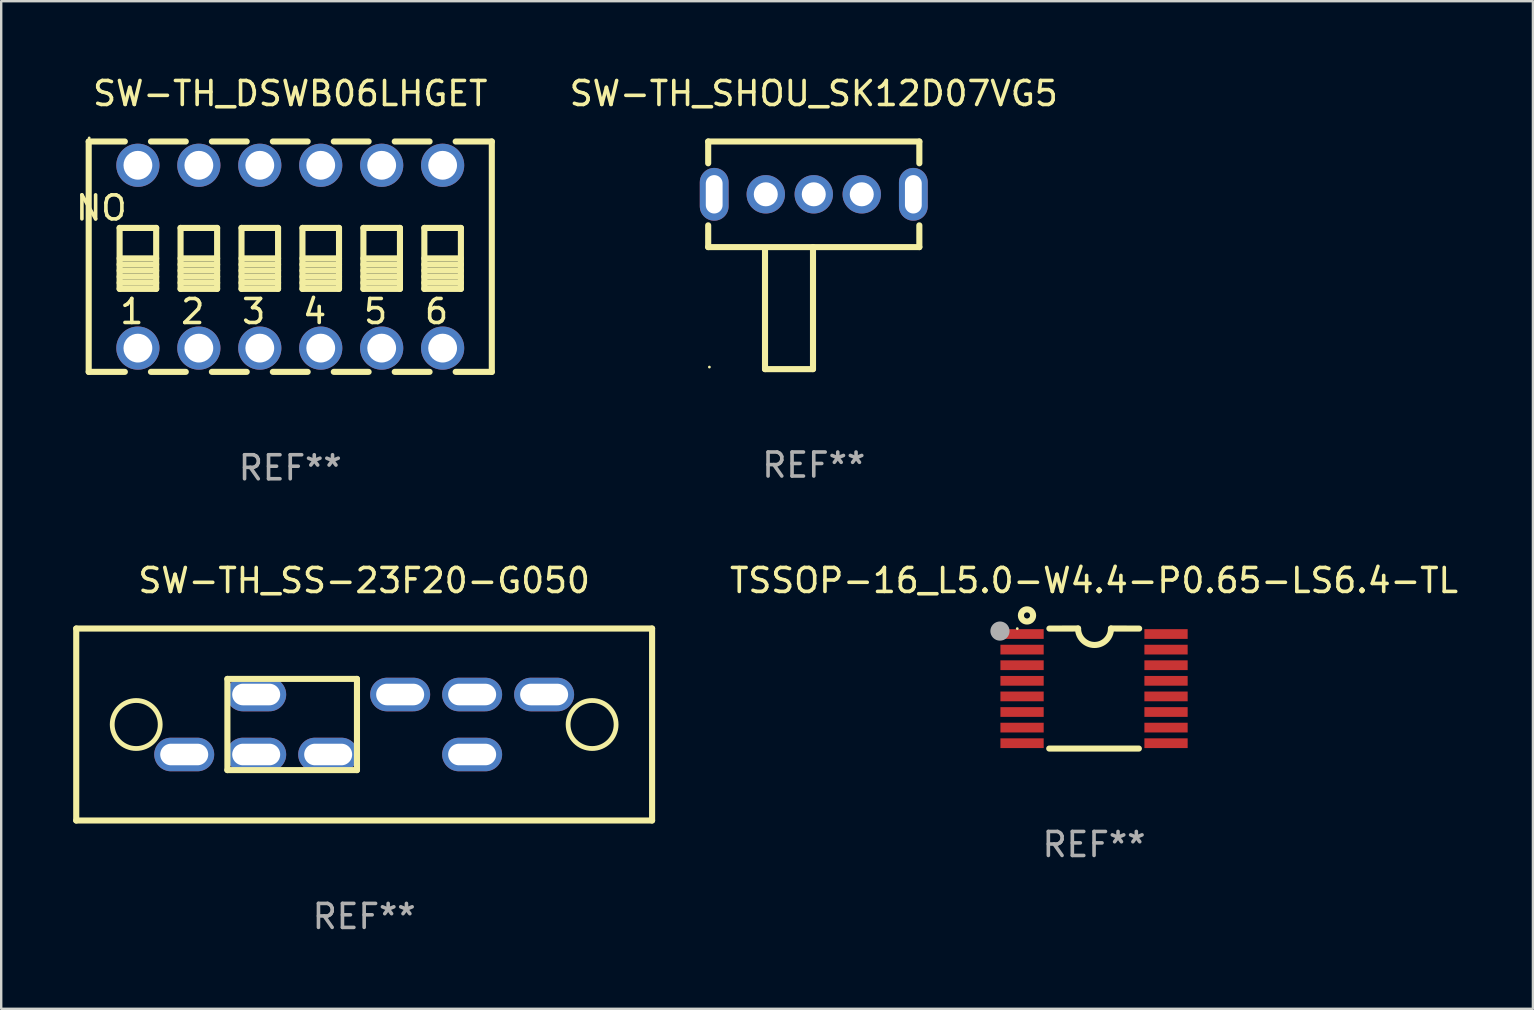
<source format=kicad_pcb>
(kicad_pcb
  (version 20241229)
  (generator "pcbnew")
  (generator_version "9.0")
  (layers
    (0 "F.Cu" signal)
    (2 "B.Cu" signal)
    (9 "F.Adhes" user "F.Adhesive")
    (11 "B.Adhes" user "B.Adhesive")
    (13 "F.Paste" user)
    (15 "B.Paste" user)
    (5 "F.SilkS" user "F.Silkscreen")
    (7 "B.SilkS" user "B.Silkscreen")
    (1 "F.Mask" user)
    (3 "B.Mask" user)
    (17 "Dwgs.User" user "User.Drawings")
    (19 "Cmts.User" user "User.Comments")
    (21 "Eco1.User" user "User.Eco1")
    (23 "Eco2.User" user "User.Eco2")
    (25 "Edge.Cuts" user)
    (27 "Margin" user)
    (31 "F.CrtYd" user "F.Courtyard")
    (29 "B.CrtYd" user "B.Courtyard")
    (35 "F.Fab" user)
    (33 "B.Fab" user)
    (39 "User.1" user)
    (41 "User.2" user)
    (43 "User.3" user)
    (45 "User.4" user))
  (footprint "SW-TH_DSWB06LHGET"
    (layer "F.Cu")
    (at 9.047 7.648)
    (property "Reference" "SW-TH_DSWB06LHGET" (at 0 -6.8 0) (layer "F.SilkS") (effects (font (size 1 1) (thickness 0.15))))
    (attr through_hole)
    (fp_line (start -8.4 -4.8) (end -6.894 -4.8) (stroke (width 0.254) (type solid)) (layer "F.SilkS"))
    (fp_line (start -8.4 4.8) (end -8.4 -4.8) (stroke (width 0.254) (type solid)) (layer "F.SilkS"))
    (fp_line (start -8.4 4.8) (end -6.894 4.8) (stroke (width 0.254) (type solid)) (layer "F.SilkS"))
    (fp_line (start -7.112 -1.199) (end -5.588 -1.199) (stroke (width 0.254) (type solid)) (layer "F.SilkS"))
    (fp_line (start -7.112 0.071) (end -5.588 0.071) (stroke (width 0.254) (type solid)) (layer "F.SilkS"))
    (fp_line (start -7.112 0.325) (end -5.588 0.325) (stroke (width 0.254) (type solid)) (layer "F.SilkS"))
    (fp_line (start -7.112 0.579) (end -5.588 0.579) (stroke (width 0.254) (type solid)) (layer "F.SilkS"))
    (fp_line (start -7.112 0.833) (end -5.588 0.833) (stroke (width 0.254) (type solid)) (layer "F.SilkS"))
    (fp_line (start -7.112 1.087) (end -5.588 1.087) (stroke (width 0.254) (type solid)) (layer "F.SilkS"))
    (fp_line (start -7.112 1.341) (end -7.112 -1.199) (stroke (width 0.254) (type solid)) (layer "F.SilkS"))
    (fp_line (start -5.806 4.8) (end -4.354 4.8) (stroke (width 0.254) (type solid)) (layer "F.SilkS"))
    (fp_line (start -5.806 -4.8) (end -4.354 -4.8) (stroke (width 0.254) (type solid)) (layer "F.SilkS"))
    (fp_line (start -5.588 -1.199) (end -5.588 1.341) (stroke (width 0.254) (type solid)) (layer "F.SilkS"))
    (fp_line (start -5.588 1.341) (end -7.112 1.341) (stroke (width 0.254) (type solid)) (layer "F.SilkS"))
    (fp_line (start -4.572 -1.199) (end -3.048 -1.199) (stroke (width 0.254) (type solid)) (layer "F.SilkS"))
    (fp_line (start -4.572 0.071) (end -3.048 0.071) (stroke (width 0.254) (type solid)) (layer "F.SilkS"))
    (fp_line (start -4.572 0.325) (end -3.048 0.325) (stroke (width 0.254) (type solid)) (layer "F.SilkS"))
    (fp_line (start -4.572 0.579) (end -3.048 0.579) (stroke (width 0.254) (type solid)) (layer "F.SilkS"))
    (fp_line (start -4.572 0.833) (end -3.048 0.833) (stroke (width 0.254) (type solid)) (layer "F.SilkS"))
    (fp_line (start -4.572 1.087) (end -3.048 1.087) (stroke (width 0.254) (type solid)) (layer "F.SilkS"))
    (fp_line (start -4.572 1.341) (end -4.572 -1.199) (stroke (width 0.254) (type solid)) (layer "F.SilkS"))
    (fp_line (start -3.266 4.8) (end -1.814 4.8) (stroke (width 0.254) (type solid)) (layer "F.SilkS"))
    (fp_line (start -3.266 -4.8) (end -1.814 -4.8) (stroke (width 0.254) (type solid)) (layer "F.SilkS"))
    (fp_line (start -3.048 -1.199) (end -3.048 1.341) (stroke (width 0.254) (type solid)) (layer "F.SilkS"))
    (fp_line (start -3.048 1.341) (end -4.572 1.341) (stroke (width 0.254) (type solid)) (layer "F.SilkS"))
    (fp_line (start -2.032 -1.199) (end -0.508 -1.199) (stroke (width 0.254) (type solid)) (layer "F.SilkS"))
    (fp_line (start -2.032 0.071) (end -0.508 0.071) (stroke (width 0.254) (type solid)) (layer "F.SilkS"))
    (fp_line (start -2.032 0.325) (end -0.508 0.325) (stroke (width 0.254) (type solid)) (layer "F.SilkS"))
    (fp_line (start -2.032 0.579) (end -0.508 0.579) (stroke (width 0.254) (type solid)) (layer "F.SilkS"))
    (fp_line (start -2.032 0.833) (end -0.508 0.833) (stroke (width 0.254) (type solid)) (layer "F.SilkS"))
    (fp_line (start -2.032 1.087) (end -0.508 1.087) (stroke (width 0.254) (type solid)) (layer "F.SilkS"))
    (fp_line (start -2.032 1.341) (end -2.032 -1.199) (stroke (width 0.254) (type solid)) (layer "F.SilkS"))
    (fp_line (start -0.726 4.8) (end 0.726 4.8) (stroke (width 0.254) (type solid)) (layer "F.SilkS"))
    (fp_line (start -0.726 -4.8) (end 0.726 -4.8) (stroke (width 0.254) (type solid)) (layer "F.SilkS"))
    (fp_line (start -0.508 -1.199) (end -0.508 1.341) (stroke (width 0.254) (type solid)) (layer "F.SilkS"))
    (fp_line (start -0.508 1.341) (end -2.032 1.341) (stroke (width 0.254) (type solid)) (layer "F.SilkS"))
    (fp_line (start 0.508 -1.199) (end 2.032 -1.199) (stroke (width 0.254) (type solid)) (layer "F.SilkS"))
    (fp_line (start 0.508 0.071) (end 2.032 0.071) (stroke (width 0.254) (type solid)) (layer "F.SilkS"))
    (fp_line (start 0.508 0.325) (end 2.032 0.325) (stroke (width 0.254) (type solid)) (layer "F.SilkS"))
    (fp_line (start 0.508 0.579) (end 2.032 0.579) (stroke (width 0.254) (type solid)) (layer "F.SilkS"))
    (fp_line (start 0.508 0.833) (end 2.032 0.833) (stroke (width 0.254) (type solid)) (layer "F.SilkS"))
    (fp_line (start 0.508 1.087) (end 2.032 1.087) (stroke (width 0.254) (type solid)) (layer "F.SilkS"))
    (fp_line (start 0.508 1.341) (end 0.508 -1.199) (stroke (width 0.254) (type solid)) (layer "F.SilkS"))
    (fp_line (start 1.814 4.8) (end 3.266 4.8) (stroke (width 0.254) (type solid)) (layer "F.SilkS"))
    (fp_line (start 1.814 -4.8) (end 3.266 -4.8) (stroke (width 0.254) (type solid)) (layer "F.SilkS"))
    (fp_line (start 2.032 -1.199) (end 2.032 1.341) (stroke (width 0.254) (type solid)) (layer "F.SilkS"))
    (fp_line (start 2.032 1.341) (end 0.508 1.341) (stroke (width 0.254) (type solid)) (layer "F.SilkS"))
    (fp_line (start 3.048 -1.199) (end 4.572 -1.199) (stroke (width 0.254) (type solid)) (layer "F.SilkS"))
    (fp_line (start 3.048 0.071) (end 4.572 0.071) (stroke (width 0.254) (type solid)) (layer "F.SilkS"))
    (fp_line (start 3.048 0.325) (end 4.572 0.325) (stroke (width 0.254) (type solid)) (layer "F.SilkS"))
    (fp_line (start 3.048 0.579) (end 4.572 0.579) (stroke (width 0.254) (type solid)) (layer "F.SilkS"))
    (fp_line (start 3.048 0.833) (end 4.572 0.833) (stroke (width 0.254) (type solid)) (layer "F.SilkS"))
    (fp_line (start 3.048 1.087) (end 4.572 1.087) (stroke (width 0.254) (type solid)) (layer "F.SilkS"))
    (fp_line (start 3.048 1.341) (end 3.048 -1.199) (stroke (width 0.254) (type solid)) (layer "F.SilkS"))
    (fp_line (start 4.354 4.8) (end 5.806 4.8) (stroke (width 0.254) (type solid)) (layer "F.SilkS"))
    (fp_line (start 4.354 -4.8) (end 5.806 -4.8) (stroke (width 0.254) (type solid)) (layer "F.SilkS"))
    (fp_line (start 4.572 -1.199) (end 4.572 1.341) (stroke (width 0.254) (type solid)) (layer "F.SilkS"))
    (fp_line (start 4.572 1.341) (end 3.048 1.341) (stroke (width 0.254) (type solid)) (layer "F.SilkS"))
    (fp_line (start 5.588 -1.199) (end 7.112 -1.199) (stroke (width 0.254) (type solid)) (layer "F.SilkS"))
    (fp_line (start 5.588 0.071) (end 7.112 0.071) (stroke (width 0.254) (type solid)) (layer "F.SilkS"))
    (fp_line (start 5.588 0.325) (end 7.112 0.325) (stroke (width 0.254) (type solid)) (layer "F.SilkS"))
    (fp_line (start 5.588 0.579) (end 7.112 0.579) (stroke (width 0.254) (type solid)) (layer "F.SilkS"))
    (fp_line (start 5.588 0.833) (end 7.112 0.833) (stroke (width 0.254) (type solid)) (layer "F.SilkS"))
    (fp_line (start 5.588 1.087) (end 7.112 1.087) (stroke (width 0.254) (type solid)) (layer "F.SilkS"))
    (fp_line (start 5.588 1.341) (end 5.588 -1.199) (stroke (width 0.254) (type solid)) (layer "F.SilkS"))
    (fp_line (start 6.894 4.8) (end 8.4 4.8) (stroke (width 0.254) (type solid)) (layer "F.SilkS"))
    (fp_line (start 6.894 -4.8) (end 8.4 -4.8) (stroke (width 0.254) (type solid)) (layer "F.SilkS"))
    (fp_line (start 7.112 -1.199) (end 7.112 1.341) (stroke (width 0.254) (type solid)) (layer "F.SilkS"))
    (fp_line (start 7.112 1.341) (end 5.588 1.341) (stroke (width 0.254) (type solid)) (layer "F.SilkS"))
    (fp_line (start 8.4 -4.8) (end 8.4 4.8) (stroke (width 0.254) (type solid)) (layer "F.SilkS"))
    (fp_circle (center -8.38 -4.95) (end -8.35 -4.95) (stroke (width 0.06) (type solid)) (fill no) (layer "F.SilkS"))
    (fp_text user "NO" (at -7.874 -2.032 0) (layer "F.SilkS") (effects (font (size 1 1) (thickness 0.15))))
    (fp_text user "6" (at 6.096 2.286 0) (layer "F.SilkS") (effects (font (size 1 1) (thickness 0.15))))
    (fp_text user "5" (at 3.556 2.286 0) (layer "F.SilkS") (effects (font (size 1 1) (thickness 0.15))))
    (fp_text user "1" (at -6.604 2.286 0) (layer "F.SilkS") (effects (font (size 1 1) (thickness 0.15))))
    (fp_text user "2" (at -4.064 2.286 0) (layer "F.SilkS") (effects (font (size 1 1) (thickness 0.15))))
    (fp_text user "4" (at 1.016 2.286 0) (layer "F.SilkS") (effects (font (size 1 1) (thickness 0.15))))
    (fp_text user "3" (at -1.524 2.286 0) (layer "F.SilkS") (effects (font (size 1 1) (thickness 0.15))))
    (fp_text user "REF**" (at 0 8.8 0) (layer "F.Fab") (effects (font (size 1 1) (thickness 0.15))))
    (pad "1" thru_hole circle (at -6.35 -3.81) (size 1.8 1.8) (drill 1.2) (layers "*.Cu" "*.Mask"))
    (pad "2" thru_hole circle (at -3.81 -3.81) (size 1.8 1.8) (drill 1.2) (layers "*.Cu" "*.Mask"))
    (pad "3" thru_hole circle (at -1.27 -3.81) (size 1.8 1.8) (drill 1.2) (layers "*.Cu" "*.Mask"))
    (pad "4" thru_hole circle (at 1.27 -3.81) (size 1.8 1.8) (drill 1.2) (layers "*.Cu" "*.Mask"))
    (pad "5" thru_hole circle (at 3.81 -3.81) (size 1.8 1.8) (drill 1.2) (layers "*.Cu" "*.Mask"))
    (pad "6" thru_hole circle (at 6.35 -3.81) (size 1.8 1.8) (drill 1.2) (layers "*.Cu" "*.Mask"))
    (pad "7" thru_hole circle (at -6.35 3.81) (size 1.8 1.8) (drill 1.2) (layers "*.Cu" "*.Mask"))
    (pad "8" thru_hole circle (at -3.81 3.81) (size 1.8 1.8) (drill 1.2) (layers "*.Cu" "*.Mask"))
    (pad "9" thru_hole circle (at -1.27 3.81) (size 1.8 1.8) (drill 1.2) (layers "*.Cu" "*.Mask"))
    (pad "10" thru_hole circle (at 1.27 3.81) (size 1.8 1.8) (drill 1.2) (layers "*.Cu" "*.Mask"))
    (pad "11" thru_hole circle (at 3.81 3.81) (size 1.8 1.8) (drill 1.2) (layers "*.Cu" "*.Mask"))
    (pad "12" thru_hole circle (at 6.35 3.81) (size 1.8 1.8) (drill 1.2) (layers "*.Cu" "*.Mask")))
  (footprint "SW-TH_SHOU_SK12D07VG5"
    (layer "F.Cu")
    (at 30.865 5.048)
    (property "Reference" "SW-TH_SHOU_SK12D07VG5" (at 0 -4.2 0) (layer "F.SilkS") (effects (font (size 1 1) (thickness 0.15))))
    (attr through_hole)
    (fp_line (start -4.4 -2.2) (end -4.4 -1.293) (stroke (width 0.254) (type solid)) (layer "F.SilkS"))
    (fp_line (start -4.4 1.293) (end -4.4 2.2) (stroke (width 0.254) (type solid)) (layer "F.SilkS"))
    (fp_line (start -2.032 2.286) (end -2.032 7.286) (stroke (width 0.254) (type solid)) (layer "F.SilkS"))
    (fp_line (start -2.032 7.286) (end -0.032 7.286) (stroke (width 0.254) (type solid)) (layer "F.SilkS"))
    (fp_line (start -0.032 7.286) (end -0.032 2.2) (stroke (width 0.254) (type solid)) (layer "F.SilkS"))
    (fp_line (start 4.4 -2.2) (end -4.4 -2.2) (stroke (width 0.254) (type solid)) (layer "F.SilkS"))
    (fp_line (start 4.4 -2.2) (end 4.4 -1.293) (stroke (width 0.254) (type solid)) (layer "F.SilkS"))
    (fp_line (start 4.4 1.293) (end 4.4 2.2) (stroke (width 0.254) (type solid)) (layer "F.SilkS"))
    (fp_line (start 4.4 2.2) (end -4.4 2.2) (stroke (width 0.254) (type solid)) (layer "F.SilkS"))
    (fp_circle (center -4.35 7.2) (end -4.32 7.2) (stroke (width 0.06) (type solid)) (fill no) (layer "F.SilkS"))
    (fp_text user "REF**" (at 0 11.286 0) (layer "F.Fab") (effects (font (size 1 1) (thickness 0.15))))
    (pad "1" thru_hole oval (at -2 0.000025) (size 1.6 1.6) (drill 1) (layers "*.Cu" "*.Mask"))
    (pad "2" thru_hole oval (at 0 -0.000051) (size 1.6 1.6) (drill 1) (layers "*.Cu" "*.Mask"))
    (pad "3" thru_hole oval (at 2 -0.000051) (size 1.6 1.6) (drill 1) (layers "*.Cu" "*.Mask"))
    (pad "4" thru_hole oval (at 4.15 -0.000051 270) (size 2.2 1.2) (drill oval 1.6 0.7) (layers "*.Cu" "*.Mask"))
    (pad "5" thru_hole oval (at -4.15 -0.000051 270) (size 2.2 1.2) (drill oval 1.6 0.7) (layers "*.Cu" "*.Mask")))
  (footprint "SW-TH_SS-23F20-G050"
    (layer "F.Cu")
    (at 12.127 27.145)
    (property "Reference" "SW-TH_SS-23F20-G050" (at 0 -6 0) (layer "F.SilkS") (effects (font (size 1 1) (thickness 0.15))))
    (attr through_hole)
    (fp_line (start -12 -4) (end -12 4) (stroke (width 0.254) (type solid)) (layer "F.SilkS"))
    (fp_line (start -12 4) (end 12 4) (stroke (width 0.254) (type solid)) (layer "F.SilkS"))
    (fp_line (start -5.7 -1.9) (end -5.7 1.9) (stroke (width 0.254) (type solid)) (layer "F.SilkS"))
    (fp_line (start -5.7 1.9) (end -0.3 1.9) (stroke (width 0.254) (type solid)) (layer "F.SilkS"))
    (fp_line (start -0.3 -1.9) (end -5.7 -1.9) (stroke (width 0.254) (type solid)) (layer "F.SilkS"))
    (fp_line (start -0.3 1.9) (end -0.3 -1.9) (stroke (width 0.254) (type solid)) (layer "F.SilkS"))
    (fp_line (start 12 -4) (end -12 -4) (stroke (width 0.254) (type solid)) (layer "F.SilkS"))
    (fp_line (start 12 4) (end 12 -4) (stroke (width 0.254) (type solid)) (layer "F.SilkS"))
    (fp_circle (center -12 4) (end -11.97 4) (stroke (width 0.06) (type solid)) (fill no) (layer "F.SilkS"))
    (fp_circle (center -9.5 0) (end -8.5 0) (stroke (width 0.2) (type solid)) (fill no) (layer "F.SilkS"))
    (fp_circle (center 9.5 0) (end 10.5 0) (stroke (width 0.2) (type solid)) (fill no) (layer "F.SilkS"))
    (fp_text user "REF**" (at 0 8 0) (layer "F.Fab") (effects (font (size 1 1) (thickness 0.15))))
    (pad "1" thru_hole oval (at -7.5 1.25) (size 2.5 1.4) (drill oval 2 0.9) (layers "*.Cu" "*.Mask"))
    (pad "2" thru_hole oval (at -4.5 1.25) (size 2.5 1.4) (drill oval 2 0.9) (layers "*.Cu" "*.Mask"))
    (pad "3" thru_hole oval (at -1.5 1.25) (size 2.5 1.4) (drill oval 2 0.9) (layers "*.Cu" "*.Mask"))
    (pad "4" thru_hole oval (at 4.5 1.25) (size 2.5 1.4) (drill oval 2 0.9) (layers "*.Cu" "*.Mask"))
    (pad "5" thru_hole oval (at -4.5 -1.25) (size 2.5 1.4) (drill oval 2 0.9) (layers "*.Cu" "*.Mask"))
    (pad "6" thru_hole oval (at 1.5 -1.25) (size 2.5 1.4) (drill oval 2 0.9) (layers "*.Cu" "*.Mask"))
    (pad "7" thru_hole oval (at 4.5 -1.25) (size 2.5 1.4) (drill oval 2 0.9) (layers "*.Cu" "*.Mask"))
    (pad "8" thru_hole oval (at 7.5 -1.25) (size 2.5 1.4) (drill oval 2 0.9) (layers "*.Cu" "*.Mask")))
  (footprint "TSSOP-16_L5.0-W4.4-P0.65-LS6.4-TL"
    (layer "F.Cu")
    (at 42.546 25.649)
    (property "Reference" "TSSOP-16_L5.0-W4.4-P0.65-LS6.4-TL" (at 0.000102 -4.505 0) (layer "F.SilkS") (effects (font (size 1 1) (thickness 0.15))))
    (attr through_hole)
    (fp_line (start -1.868 2.498) (end 1.868 2.498) (stroke (width 0.254) (type solid)) (layer "F.SilkS"))
    (fp_line (start -1.86 -2.502) (end -0.666 -2.505) (stroke (width 0.254) (type solid)) (layer "F.SilkS"))
    (fp_line (start 0.706 -2.505) (end 1.88 -2.502) (stroke (width 0.254) (type solid)) (layer "F.SilkS"))
    (fp_arc (start 0.705791 -2.504547) (mid 0.01999 -1.818746) (end -0.665811 -2.504547) (stroke (width 0.254001) (type solid)) (layer "F.SilkS"))
    (fp_circle (center -3.2 -2.5) (end -3.17 -2.5) (stroke (width 0.06) (type solid)) (fill no) (layer "F.SilkS"))
    (fp_circle (center -2.794 -3.05) (end -2.54 -3.05) (stroke (width 0.254) (type solid)) (fill no) (layer "F.SilkS"))
    (fp_circle (center -3.921 -2.398) (end -3.721 -2.398) (stroke (width 0.4) (type solid)) (fill no) (layer "F.Fab"))
    (fp_text user "REF**" (at 0.000102 6.498 0) (layer "F.Fab") (effects (font (size 1 1) (thickness 0.15))))
    (pad "1" smd rect (at -3 -2.275) (size 1.803 0.406) (layers "F.Cu" "F.Mask" "F.Paste"))
    (pad "2" smd rect (at -3 -1.625) (size 1.803 0.406) (layers "F.Cu" "F.Mask" "F.Paste"))
    (pad "3" smd rect (at -3 -0.975) (size 1.803 0.406) (layers "F.Cu" "F.Mask" "F.Paste"))
    (pad "4" smd rect (at -3 -0.325) (size 1.803 0.406) (layers "F.Cu" "F.Mask" "F.Paste"))
    (pad "5" smd rect (at -3 0.325) (size 1.803 0.406) (layers "F.Cu" "F.Mask" "F.Paste"))
    (pad "6" smd rect (at -3 0.975) (size 1.803 0.406) (layers "F.Cu" "F.Mask" "F.Paste"))
    (pad "7" smd rect (at -3 1.625) (size 1.803 0.406) (layers "F.Cu" "F.Mask" "F.Paste"))
    (pad "8" smd rect (at -3 2.275) (size 1.803 0.406) (layers "F.Cu" "F.Mask" "F.Paste"))
    (pad "9" smd rect (at 3 2.275) (size 1.803 0.406) (layers "F.Cu" "F.Mask" "F.Paste"))
    (pad "10" smd rect (at 3 1.625) (size 1.803 0.406) (layers "F.Cu" "F.Mask" "F.Paste"))
    (pad "11" smd rect (at 3 0.975) (size 1.803 0.406) (layers "F.Cu" "F.Mask" "F.Paste"))
    (pad "12" smd rect (at 3 0.325) (size 1.803 0.406) (layers "F.Cu" "F.Mask" "F.Paste"))
    (pad "13" smd rect (at 3 -0.325) (size 1.803 0.406) (layers "F.Cu" "F.Mask" "F.Paste"))
    (pad "14" smd rect (at 3 -0.975) (size 1.803 0.406) (layers "F.Cu" "F.Mask" "F.Paste"))
    (pad "15" smd rect (at 3 -1.625) (size 1.803 0.406) (layers "F.Cu" "F.Mask" "F.Paste"))
    (pad "16" smd rect (at 3 -2.275) (size 1.803 0.406) (layers "F.Cu" "F.Mask" "F.Paste")))
  (gr_rect
    (start -3 -3)
    (end 60.837 38.993)
    (stroke (width 0.1) (type default))
    (fill no)
    (layer "Edge.Cuts")))
</source>
